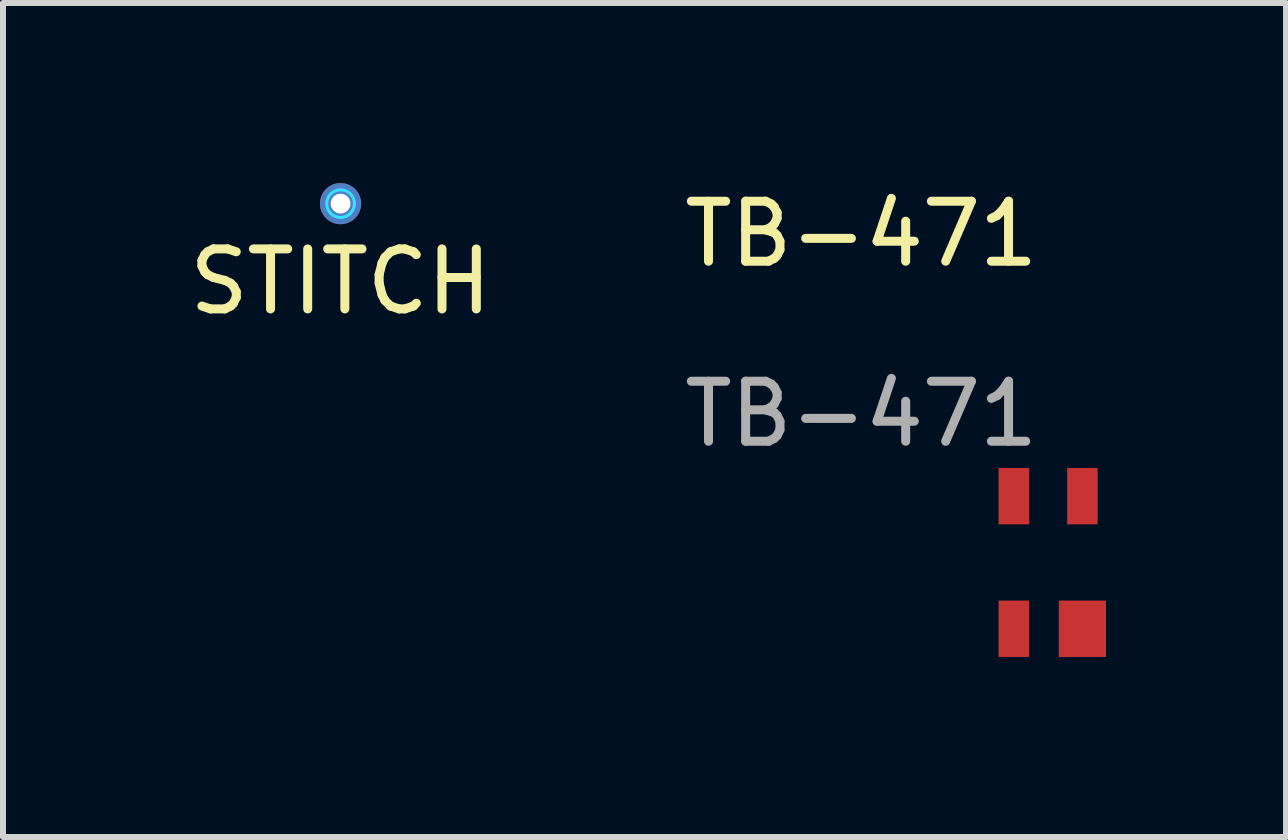
<source format=kicad_pcb>
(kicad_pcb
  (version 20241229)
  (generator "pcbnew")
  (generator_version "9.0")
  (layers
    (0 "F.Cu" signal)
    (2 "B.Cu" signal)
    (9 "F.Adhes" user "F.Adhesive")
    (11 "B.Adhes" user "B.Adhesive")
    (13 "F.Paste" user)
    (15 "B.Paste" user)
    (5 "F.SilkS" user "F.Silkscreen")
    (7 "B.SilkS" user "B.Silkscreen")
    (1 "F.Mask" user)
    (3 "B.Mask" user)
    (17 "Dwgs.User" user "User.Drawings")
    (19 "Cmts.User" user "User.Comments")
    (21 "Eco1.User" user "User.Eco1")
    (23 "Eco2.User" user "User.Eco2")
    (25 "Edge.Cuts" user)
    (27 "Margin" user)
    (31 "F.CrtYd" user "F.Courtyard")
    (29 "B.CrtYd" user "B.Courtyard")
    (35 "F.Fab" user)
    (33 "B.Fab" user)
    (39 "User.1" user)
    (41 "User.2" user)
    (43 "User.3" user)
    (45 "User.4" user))
  (footprint "STITCH"
    (layer "F.Cu")
    (at 2.625 0.343)
    (property "Reference" "STITCH" (at 0 1.3 0) (layer "F.SilkS") (effects (font (size 1 1) (thickness 0.15))))
    (attr through_hole)
    (fp_circle (center 0 0) (end 0.05 -0.225) (stroke (width 0.05) (type solid)) (fill no) (layer "B.CrtYd"))
    (fp_circle (center 0 0) (end 0.05 -0.225) (stroke (width 0.05) (type solid)) (fill no) (layer "F.CrtYd"))
    (pad "1" thru_hole circle (at 0 0) (size 0.686 0.686) (drill 0.33) (layers "*.Cu")))
  (footprint "TB-471"
    (layer "F.Cu")
    (at 13.844 7.428)
    (property "Reference" "TB-471" (at -2.54 -6.58 0) (unlocked yes) (layer "F.SilkS") (effects (font (size 1 1) (thickness 0.15))))
    (attr smd)
    (fp_text user "${REFERENCE}" (at -2.54 -3.58 0) (unlocked yes) (layer "F.Fab") (effects (font (size 1 1) (thickness 0.15))))
    (pad "1" smd rect (at 0 0) (size 0.508 0.94) (layers "F.Cu" "F.Mask" "F.Paste"))
    (pad "2" smd rect (at 1.143 0) (size 0.787 0.94) (layers "F.Cu" "F.Mask" "F.Paste"))
    (pad "3" smd rect (at 1.143 -2.21) (size 0.508 0.94) (layers "F.Cu" "F.Mask" "F.Paste"))
    (pad "4" smd rect (at 0 -2.21) (size 0.508 0.94) (layers "F.Cu" "F.Mask" "F.Paste")))
  (gr_rect
    (start -3 -3)
    (end 18.38 10.898)
    (stroke (width 0.1) (type default))
    (fill no)
    (layer "Edge.Cuts")))
</source>
